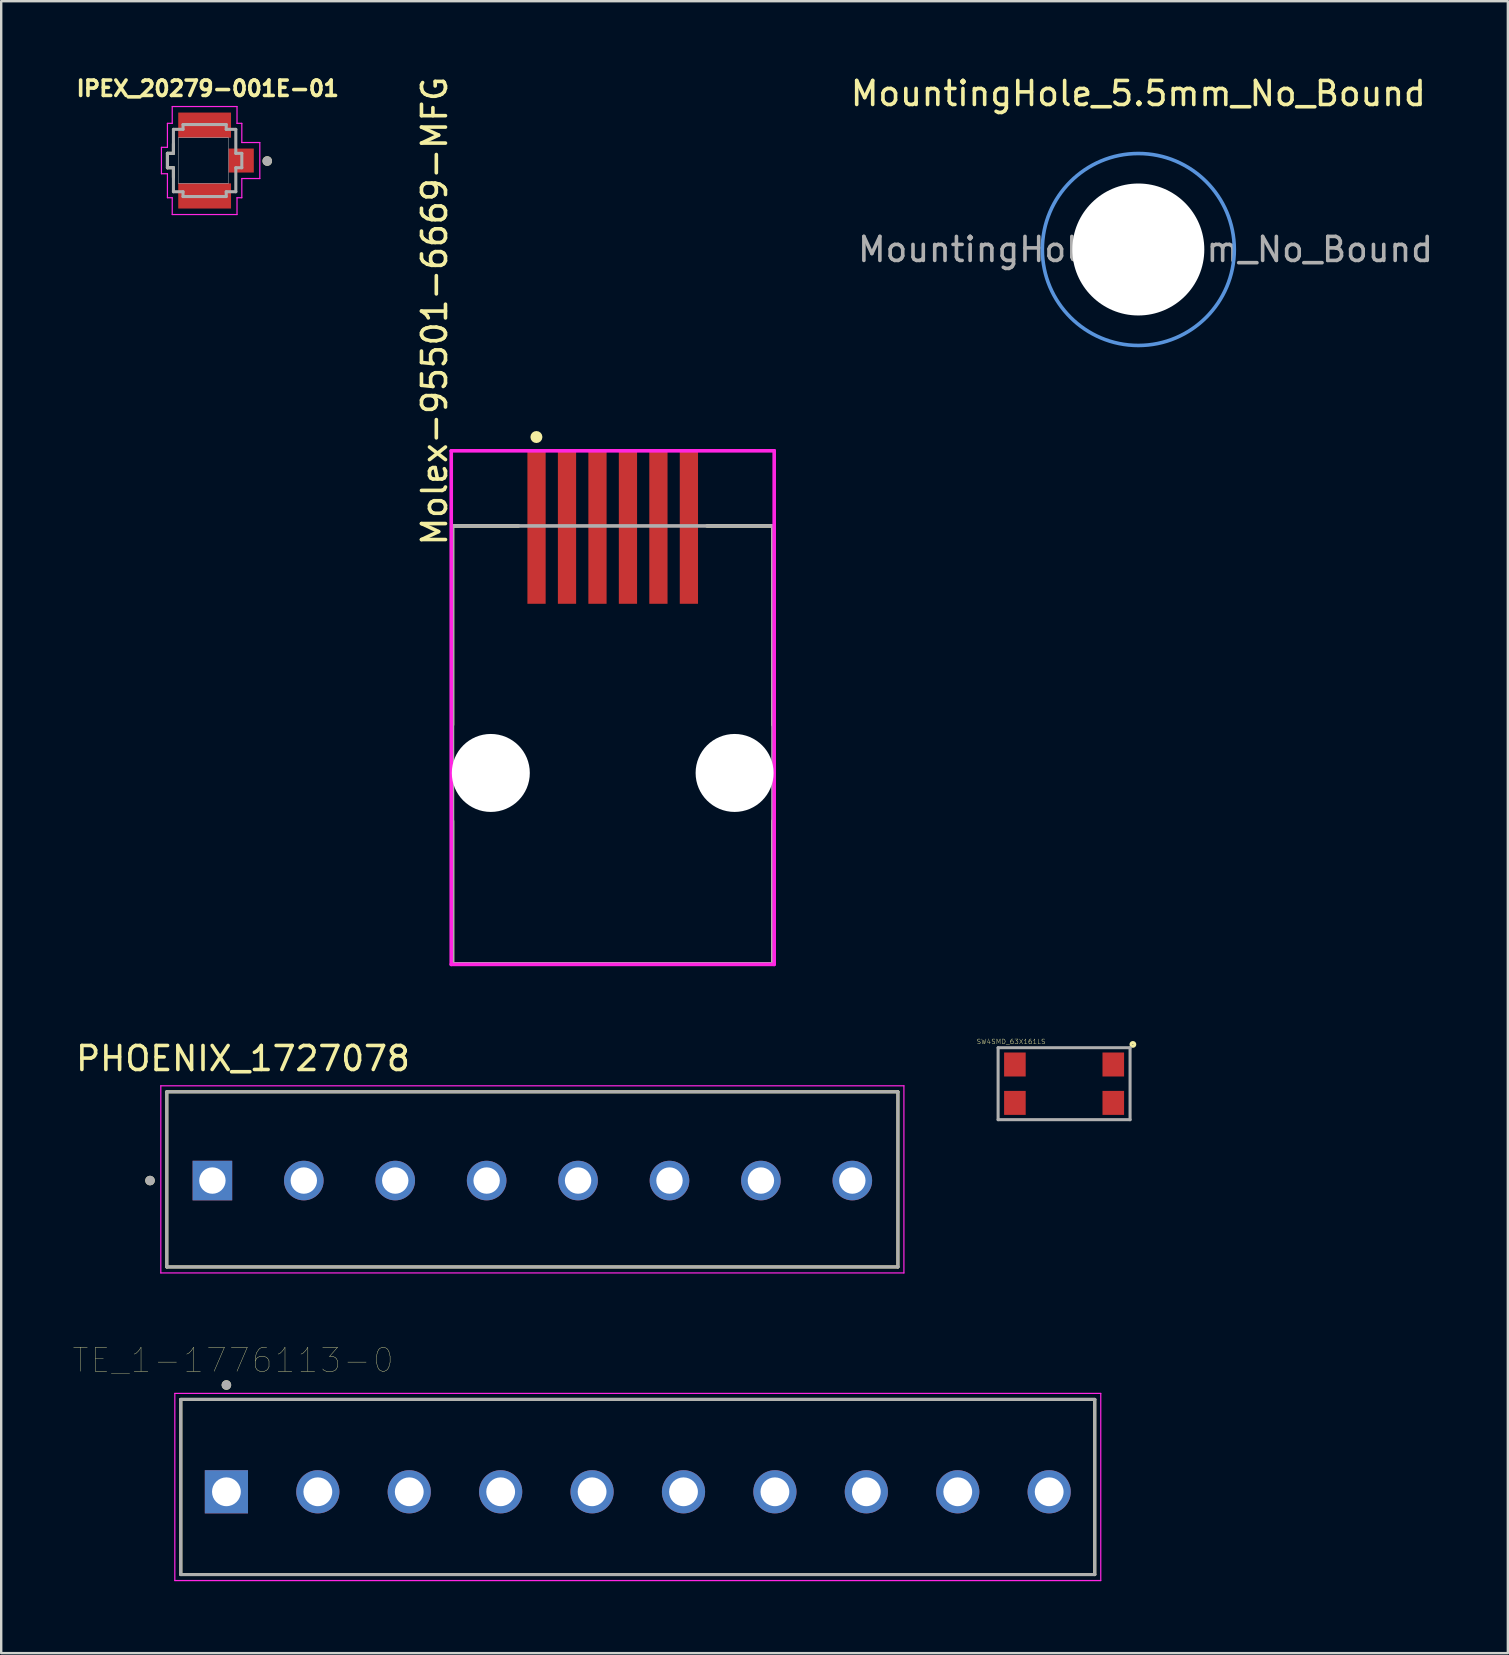
<source format=kicad_pcb>
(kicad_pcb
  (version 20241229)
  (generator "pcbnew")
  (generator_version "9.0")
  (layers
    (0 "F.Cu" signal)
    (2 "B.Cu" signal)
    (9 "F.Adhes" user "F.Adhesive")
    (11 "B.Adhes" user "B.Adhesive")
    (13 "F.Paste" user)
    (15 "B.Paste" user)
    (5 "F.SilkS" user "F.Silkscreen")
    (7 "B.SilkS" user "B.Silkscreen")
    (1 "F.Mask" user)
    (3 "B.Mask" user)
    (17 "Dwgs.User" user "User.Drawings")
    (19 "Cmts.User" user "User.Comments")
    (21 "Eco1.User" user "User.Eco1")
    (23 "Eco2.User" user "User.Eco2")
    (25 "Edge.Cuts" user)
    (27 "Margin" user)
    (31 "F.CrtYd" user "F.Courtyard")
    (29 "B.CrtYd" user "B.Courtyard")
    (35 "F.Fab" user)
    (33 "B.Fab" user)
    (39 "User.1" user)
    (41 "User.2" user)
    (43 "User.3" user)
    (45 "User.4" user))
  (footprint "Molex-95501-6669-MFG"
    (layer "F.Cu")
    (at 22.486 27.994)
    (property "Reference" "Molex-95501-6669-MFG" (at -7.425 -8.22 90) (layer "F.SilkS") (effects (font (size 1 1) (thickness 0.15)) (justify left)))
    (attr through_hole)
    (fp_line (start -6.68 -9.125) (end -3.93 -9.125) (stroke (width 0.15) (type solid)) (layer "F.SilkS"))
    (fp_line (start -6.68 -0.83) (end -6.68 -9.125) (stroke (width 0.15) (type solid)) (layer "F.SilkS"))
    (fp_line (start -6.68 9.125) (end -6.68 3.17) (stroke (width 0.15) (type solid)) (layer "F.SilkS"))
    (fp_line (start -6.68 9.125) (end 6.68 9.125) (stroke (width 0.15) (type solid)) (layer "F.SilkS"))
    (fp_line (start 3.93 -9.125) (end 6.68 -9.125) (stroke (width 0.15) (type solid)) (layer "F.SilkS"))
    (fp_line (start 6.68 -0.83) (end 6.68 -9.125) (stroke (width 0.15) (type solid)) (layer "F.SilkS"))
    (fp_line (start 6.68 9.125) (end 6.68 3.17) (stroke (width 0.15) (type solid)) (layer "F.SilkS"))
    (fp_circle (center -3.18 -12.83) (end -3.055 -12.83) (stroke (width 0.25) (type solid)) (fill no) (layer "F.SilkS"))
    (fp_line (start -6.73 -12.255) (end -6.73 9.15) (stroke (width 0.15) (type solid)) (layer "F.CrtYd"))
    (fp_line (start -6.73 9.15) (end 6.73 9.15) (stroke (width 0.15) (type solid)) (layer "F.CrtYd"))
    (fp_line (start 6.73 -12.255) (end -6.73 -12.255) (stroke (width 0.15) (type solid)) (layer "F.CrtYd"))
    (fp_line (start 6.73 -12.255) (end 6.73 -12.255) (stroke (width 0.15) (type solid)) (layer "F.CrtYd"))
    (fp_line (start 6.73 9.15) (end 6.73 -12.255) (stroke (width 0.15) (type solid)) (layer "F.CrtYd"))
    (fp_line (start -6.68 -9.125) (end 6.68 -9.125) (stroke (width 0.15) (type solid)) (layer "F.Fab"))
    (fp_line (start -6.68 9.125) (end -6.68 -9.125) (stroke (width 0.15) (type solid)) (layer "F.Fab"))
    (fp_line (start 6.68 -9.125) (end 6.68 9.125) (stroke (width 0.15) (type solid)) (layer "F.Fab"))
    (fp_line (start 6.68 9.125) (end -6.68 9.125) (stroke (width 0.15) (type solid)) (layer "F.Fab"))
    (pad "" np_thru_hole circle (at -5.08 1.17) (size 3.25 3.25) (drill 3.25) (layers "*.Cu" "*.Mask"))
    (pad "" np_thru_hole circle (at 5.08 1.17) (size 3.25 3.25) (drill 3.25) (layers "*.Cu" "*.Mask"))
    (pad "1" smd rect (at -3.175 -9.055) (size 0.76 6.35) (layers "F.Cu" "F.Mask" "F.Paste"))
    (pad "2" smd rect (at -1.905 -9.055) (size 0.76 6.35) (layers "F.Cu" "F.Mask" "F.Paste"))
    (pad "3" smd rect (at -0.635 -9.055) (size 0.76 6.35) (layers "F.Cu" "F.Mask" "F.Paste"))
    (pad "4" smd rect (at 0.635 -9.055) (size 0.76 6.35) (layers "F.Cu" "F.Mask" "F.Paste"))
    (pad "5" smd rect (at 1.905 -9.055) (size 0.76 6.35) (layers "F.Cu" "F.Mask" "F.Paste"))
    (pad "6" smd rect (at 3.175 -9.055) (size 0.76 6.35) (layers "F.Cu" "F.Mask" "F.Paste")))
  (footprint "MountingHole_5.5mm_No_Bound"
    (layer "F.Cu")
    (at 44.392 7.348)
    (property "Reference" "MountingHole_5.5mm_No_Bound" (at 0 -6.5 0) (layer "F.SilkS") (effects (font (size 1 1) (thickness 0.15))))
    (attr exclude_from_pos_files exclude_from_bom)
    (fp_circle (center 0 0) (end 4 -0.01) (stroke (width 0.15) (type solid)) (fill no) (layer "Cmts.User"))
    (fp_circle (center 0 0) (end 4 -0.02) (stroke (width 0.05) (type solid)) (fill no) (layer "F.CrtYd"))
    (fp_text user "${REFERENCE}" (at 0.3 0 0) (layer "F.Fab") (effects (font (size 1 1) (thickness 0.15))))
    (pad "" np_thru_hole circle (at 0 0) (size 5.5 5.5) (drill 5.5) (layers "*.Cu" "*.Mask")))
  (footprint "SW4SMD_63X161LS"
    (layer "F.Cu")
    (at 41.298 42.115)
    (property "Reference" "SW4SMD_63X161LS" (at -2.21 -1.753 0) (layer "F.SilkS") (effects (font (size 0.2 0.2) (thickness 0.015))))
    (attr through_hole)
    (fp_circle (center 2.867 -1.637) (end 2.882 -1.637) (stroke (width 0.127) (type solid)) (fill no) (layer "F.SilkS"))
    (fp_line (start -2.75 -1.5) (end -2.75 1.5) (stroke (width 0.127) (type solid)) (layer "F.Fab"))
    (fp_line (start -2.75 1.5) (end 2.75 1.5) (stroke (width 0.127) (type solid)) (layer "F.Fab"))
    (fp_line (start 2.75 -1.5) (end -2.75 -1.5) (stroke (width 0.127) (type solid)) (layer "F.Fab"))
    (fp_line (start 2.75 1.5) (end 2.75 -1.5) (stroke (width 0.127) (type solid)) (layer "F.Fab"))
    (pad "1" smd rect (at 2.05 -0.8) (size 0.9 1) (layers "F.Cu" "F.Mask" "F.Paste"))
    (pad "2" smd rect (at 2.05 0.8) (size 0.9 1) (layers "F.Cu" "F.Mask" "F.Paste"))
    (pad "3" smd rect (at -2.05 -0.8) (size 0.9 1) (layers "F.Cu" "F.Mask" "F.Paste"))
    (pad "4" smd rect (at -2.05 0.8) (size 0.9 1) (layers "F.Cu" "F.Mask" "F.Paste")))
  (footprint "IPEX_20279-001E-01"
    (layer "F.Cu")
    (at 5.478 3.641)
    (property "Reference" "IPEX_20279-001E-01" (at 0.129 -3.003 0) (layer "F.SilkS") (effects (font (size 0.641 0.641) (thickness 0.15))))
    (attr through_hole)
    (fp_line (start -1.55 -0.3) (end -1.55 0.3) (stroke (width 0.127) (type solid)) (layer "F.SilkS"))
    (fp_line (start -1.55 0.3) (end -1.3 0.3) (stroke (width 0.127) (type solid)) (layer "F.SilkS"))
    (fp_line (start -1.3 -0.7) (end -1.3 -0.3) (stroke (width 0.127) (type solid)) (layer "F.SilkS"))
    (fp_line (start -1.3 -0.3) (end -1.55 -0.3) (stroke (width 0.127) (type solid)) (layer "F.SilkS"))
    (fp_line (start -1.3 0.3) (end -1.3 0.7) (stroke (width 0.127) (type solid)) (layer "F.SilkS"))
    (fp_circle (center 2.61 0.02) (end 2.71 0.02) (stroke (width 0.2) (type solid)) (fill no) (layer "F.SilkS"))
    (fp_poly (pts (xy -1.1 -0.95) (xy 1 -0.95) (xy 1 0.95) (xy -1.1 0.95)) (stroke (width 0.01) (type solid)) (fill no) (layer "Dwgs.User"))
    (fp_poly (pts (xy -1.1 -0.95) (xy 1 -0.95) (xy 1 0.95) (xy -1.1 0.95)) (stroke (width 0.01) (type solid)) (fill no) (layer "Dwgs.User"))
    (fp_line (start -1.8 -0.55) (end -1.8 0.55) (stroke (width 0.05) (type solid)) (layer "F.CrtYd"))
    (fp_line (start -1.8 0.55) (end -1.55 0.55) (stroke (width 0.05) (type solid)) (layer "F.CrtYd"))
    (fp_line (start -1.55 -1.55) (end -1.55 -0.55) (stroke (width 0.05) (type solid)) (layer "F.CrtYd"))
    (fp_line (start -1.55 -0.55) (end -1.8 -0.55) (stroke (width 0.05) (type solid)) (layer "F.CrtYd"))
    (fp_line (start -1.55 1.55) (end -1.55 0.55) (stroke (width 0.05) (type solid)) (layer "F.CrtYd"))
    (fp_line (start -1.35 -1.55) (end -1.55 -1.55) (stroke (width 0.05) (type solid)) (layer "F.CrtYd"))
    (fp_line (start -1.35 -1.55) (end -1.35 -2.25) (stroke (width 0.05) (type solid)) (layer "F.CrtYd"))
    (fp_line (start -1.35 1.55) (end -1.55 1.55) (stroke (width 0.05) (type solid)) (layer "F.CrtYd"))
    (fp_line (start -1.35 2.25) (end -1.35 1.55) (stroke (width 0.05) (type solid)) (layer "F.CrtYd"))
    (fp_line (start 1.35 -2.25) (end -1.35 -2.25) (stroke (width 0.05) (type solid)) (layer "F.CrtYd"))
    (fp_line (start 1.35 -2.25) (end 1.35 -1.55) (stroke (width 0.05) (type solid)) (layer "F.CrtYd"))
    (fp_line (start 1.35 -1.55) (end 1.55 -1.55) (stroke (width 0.05) (type solid)) (layer "F.CrtYd"))
    (fp_line (start 1.35 1.55) (end 1.35 2.25) (stroke (width 0.05) (type solid)) (layer "F.CrtYd"))
    (fp_line (start 1.35 1.55) (end 1.55 1.55) (stroke (width 0.05) (type solid)) (layer "F.CrtYd"))
    (fp_line (start 1.35 2.25) (end -1.35 2.25) (stroke (width 0.05) (type solid)) (layer "F.CrtYd"))
    (fp_line (start 1.55 -1.55) (end 1.55 -0.75) (stroke (width 0.05) (type solid)) (layer "F.CrtYd"))
    (fp_line (start 1.55 0.75) (end 2.3 0.75) (stroke (width 0.05) (type solid)) (layer "F.CrtYd"))
    (fp_line (start 1.55 1.55) (end 1.55 0.75) (stroke (width 0.05) (type solid)) (layer "F.CrtYd"))
    (fp_line (start 2.3 -0.75) (end 1.55 -0.75) (stroke (width 0.05) (type solid)) (layer "F.CrtYd"))
    (fp_line (start 2.3 0.75) (end 2.3 -0.75) (stroke (width 0.05) (type solid)) (layer "F.CrtYd"))
    (fp_line (start -1.55 -0.3) (end -1.55 0.3) (stroke (width 0.127) (type solid)) (layer "F.Fab"))
    (fp_line (start -1.55 0.3) (end -1.3 0.3) (stroke (width 0.127) (type solid)) (layer "F.Fab"))
    (fp_line (start -1.3 -1.3) (end -1.3 -0.3) (stroke (width 0.127) (type solid)) (layer "F.Fab"))
    (fp_line (start -1.3 -0.3) (end -1.55 -0.3) (stroke (width 0.127) (type solid)) (layer "F.Fab"))
    (fp_line (start -1.3 0.3) (end -1.3 1.3) (stroke (width 0.127) (type solid)) (layer "F.Fab"))
    (fp_line (start -1.3 1.3) (end -0.9 1.3) (stroke (width 0.127) (type solid)) (layer "F.Fab"))
    (fp_line (start -0.9 -1.5) (end -0.9 -1.3) (stroke (width 0.127) (type solid)) (layer "F.Fab"))
    (fp_line (start -0.9 -1.3) (end -1.3 -1.3) (stroke (width 0.127) (type solid)) (layer "F.Fab"))
    (fp_line (start -0.9 1.3) (end -0.9 1.5) (stroke (width 0.127) (type solid)) (layer "F.Fab"))
    (fp_line (start -0.9 1.5) (end 0.9 1.5) (stroke (width 0.127) (type solid)) (layer "F.Fab"))
    (fp_line (start 0.9 -1.5) (end -0.9 -1.5) (stroke (width 0.127) (type solid)) (layer "F.Fab"))
    (fp_line (start 0.9 -1.3) (end 0.9 -1.5) (stroke (width 0.127) (type solid)) (layer "F.Fab"))
    (fp_line (start 0.9 1.3) (end 1.3 1.3) (stroke (width 0.127) (type solid)) (layer "F.Fab"))
    (fp_line (start 0.9 1.5) (end 0.9 1.3) (stroke (width 0.127) (type solid)) (layer "F.Fab"))
    (fp_line (start 1.3 -1.3) (end 0.9 -1.3) (stroke (width 0.127) (type solid)) (layer "F.Fab"))
    (fp_line (start 1.3 -0.3) (end 1.3 -1.3) (stroke (width 0.127) (type solid)) (layer "F.Fab"))
    (fp_line (start 1.3 0.3) (end 1.55 0.3) (stroke (width 0.127) (type solid)) (layer "F.Fab"))
    (fp_line (start 1.3 1.3) (end 1.3 0.3) (stroke (width 0.127) (type solid)) (layer "F.Fab"))
    (fp_line (start 1.55 -0.3) (end 1.3 -0.3) (stroke (width 0.127) (type solid)) (layer "F.Fab"))
    (fp_line (start 1.55 0.3) (end 1.55 -0.3) (stroke (width 0.127) (type solid)) (layer "F.Fab"))
    (fp_circle (center 2.61 0.02) (end 2.71 0.02) (stroke (width 0.2) (type solid)) (fill no) (layer "F.Fab"))
    (pad "1" smd rect (at 1.525 0) (size 1.05 1) (layers "F.Cu" "F.Mask" "F.Paste"))
    (pad "2" smd rect (at 0 -1.475) (size 2.2 1.05) (layers "F.Cu" "F.Mask" "F.Paste"))
    (pad "3" smd rect (at 0 1.475) (size 2.2 1.05) (layers "F.Cu" "F.Mask" "F.Paste")))
  (footprint "PHOENIX_1727078"
    (layer "F.Cu")
    (at 19.137 46.152)
    (property "Reference" "PHOENIX_1727078" (at -12.06 -5.085 0) (layer "F.SilkS") (effects (font (size 1 1) (thickness 0.15))))
    (attr through_hole)
    (fp_line (start -15.235 -3.7) (end 15.235 -3.7) (stroke (width 0.127) (type solid)) (layer "F.SilkS"))
    (fp_line (start -15.235 3.6) (end -15.235 -3.7) (stroke (width 0.127) (type solid)) (layer "F.SilkS"))
    (fp_line (start 15.235 -3.7) (end 15.235 3.6) (stroke (width 0.127) (type solid)) (layer "F.SilkS"))
    (fp_line (start 15.235 3.6) (end -15.235 3.6) (stroke (width 0.127) (type solid)) (layer "F.SilkS"))
    (fp_circle (center -15.935 0) (end -15.835 0) (stroke (width 0.2) (type solid)) (fill no) (layer "F.SilkS"))
    (fp_line (start -15.485 -3.95) (end 15.485 -3.95) (stroke (width 0.05) (type solid)) (layer "F.CrtYd"))
    (fp_line (start -15.485 3.85) (end -15.485 -3.95) (stroke (width 0.05) (type solid)) (layer "F.CrtYd"))
    (fp_line (start 15.485 -3.95) (end 15.485 3.85) (stroke (width 0.05) (type solid)) (layer "F.CrtYd"))
    (fp_line (start 15.485 3.85) (end -15.485 3.85) (stroke (width 0.05) (type solid)) (layer "F.CrtYd"))
    (fp_line (start -15.235 -3.7) (end 15.235 -3.7) (stroke (width 0.127) (type solid)) (layer "F.Fab"))
    (fp_line (start -15.235 3.6) (end -15.235 -3.7) (stroke (width 0.127) (type solid)) (layer "F.Fab"))
    (fp_line (start 15.235 -3.7) (end 15.235 3.6) (stroke (width 0.127) (type solid)) (layer "F.Fab"))
    (fp_line (start 15.235 3.6) (end -15.235 3.6) (stroke (width 0.127) (type solid)) (layer "F.Fab"))
    (fp_circle (center -15.935 0) (end -15.835 0) (stroke (width 0.2) (type solid)) (fill no) (layer "F.Fab"))
    (pad "1" thru_hole rect (at -13.335 0) (size 1.65 1.65) (drill 1.1) (layers "*.Cu" "*.Mask"))
    (pad "2" thru_hole circle (at -9.525 0) (size 1.65 1.65) (drill 1.1) (layers "*.Cu" "*.Mask"))
    (pad "3" thru_hole circle (at -5.715 0) (size 1.65 1.65) (drill 1.1) (layers "*.Cu" "*.Mask"))
    (pad "4" thru_hole circle (at -1.905 0) (size 1.65 1.65) (drill 1.1) (layers "*.Cu" "*.Mask"))
    (pad "5" thru_hole circle (at 1.905 0) (size 1.65 1.65) (drill 1.1) (layers "*.Cu" "*.Mask"))
    (pad "6" thru_hole circle (at 5.715 0) (size 1.65 1.65) (drill 1.1) (layers "*.Cu" "*.Mask"))
    (pad "7" thru_hole circle (at 9.525 0) (size 1.65 1.65) (drill 1.1) (layers "*.Cu" "*.Mask"))
    (pad "8" thru_hole circle (at 13.335 0) (size 1.65 1.65) (drill 1.1) (layers "*.Cu" "*.Mask")))
  (footprint "TE_1-1776113-0"
    (layer "F.Cu")
    (at 23.531 59.123)
    (property "Reference" "TE_1-1776113-0" (at -16.87 -5.485 0) (layer "F.SilkS") (effects (font (size 1 1) (thickness 0.015))))
    (attr through_hole)
    (fp_line (start -19.045 -3.85) (end 19.045 -3.85) (stroke (width 0.127) (type solid)) (layer "F.SilkS"))
    (fp_line (start -19.045 3.45) (end -19.045 -3.85) (stroke (width 0.127) (type solid)) (layer "F.SilkS"))
    (fp_line (start 19.045 -3.85) (end 19.045 3.45) (stroke (width 0.127) (type solid)) (layer "F.SilkS"))
    (fp_line (start 19.045 3.45) (end -19.045 3.45) (stroke (width 0.127) (type solid)) (layer "F.SilkS"))
    (fp_circle (center -17.145 -4.45) (end -17.045 -4.45) (stroke (width 0.2) (type solid)) (fill no) (layer "F.SilkS"))
    (fp_line (start -19.295 -4.1) (end 19.295 -4.1) (stroke (width 0.05) (type solid)) (layer "F.CrtYd"))
    (fp_line (start -19.295 3.7) (end -19.295 -4.1) (stroke (width 0.05) (type solid)) (layer "F.CrtYd"))
    (fp_line (start 19.295 -4.1) (end 19.295 3.7) (stroke (width 0.05) (type solid)) (layer "F.CrtYd"))
    (fp_line (start 19.295 3.7) (end -19.295 3.7) (stroke (width 0.05) (type solid)) (layer "F.CrtYd"))
    (fp_line (start -19.045 -3.85) (end 19.045 -3.85) (stroke (width 0.127) (type solid)) (layer "F.Fab"))
    (fp_line (start -19.045 3.45) (end -19.045 -3.85) (stroke (width 0.127) (type solid)) (layer "F.Fab"))
    (fp_line (start 19.045 -3.85) (end 19.045 3.45) (stroke (width 0.127) (type solid)) (layer "F.Fab"))
    (fp_line (start 19.045 3.45) (end -19.045 3.45) (stroke (width 0.127) (type solid)) (layer "F.Fab"))
    (fp_circle (center -17.145 -4.45) (end -17.045 -4.45) (stroke (width 0.2) (type solid)) (fill no) (layer "F.Fab"))
    (pad "1" thru_hole rect (at -17.145 0) (size 1.8 1.8) (drill 1.2) (layers "*.Cu" "*.Mask"))
    (pad "2" thru_hole circle (at -13.335 0) (size 1.8 1.8) (drill 1.2) (layers "*.Cu" "*.Mask"))
    (pad "3" thru_hole circle (at -9.525 0) (size 1.8 1.8) (drill 1.2) (layers "*.Cu" "*.Mask"))
    (pad "4" thru_hole circle (at -5.715 0) (size 1.8 1.8) (drill 1.2) (layers "*.Cu" "*.Mask"))
    (pad "5" thru_hole circle (at -1.905 0) (size 1.8 1.8) (drill 1.2) (layers "*.Cu" "*.Mask"))
    (pad "6" thru_hole circle (at 1.905 0) (size 1.8 1.8) (drill 1.2) (layers "*.Cu" "*.Mask"))
    (pad "7" thru_hole circle (at 5.715 0) (size 1.8 1.8) (drill 1.2) (layers "*.Cu" "*.Mask"))
    (pad "8" thru_hole circle (at 9.525 0) (size 1.8 1.8) (drill 1.2) (layers "*.Cu" "*.Mask"))
    (pad "9" thru_hole circle (at 13.335 0) (size 1.8 1.8) (drill 1.2) (layers "*.Cu" "*.Mask"))
    (pad "10" thru_hole circle (at 17.145 0) (size 1.8 1.8) (drill 1.2) (layers "*.Cu" "*.Mask")))
  (gr_rect
    (start -3 -3)
    (end 59.793 65.848)
    (stroke (width 0.1) (type default))
    (fill no)
    (layer "Edge.Cuts")))
</source>
